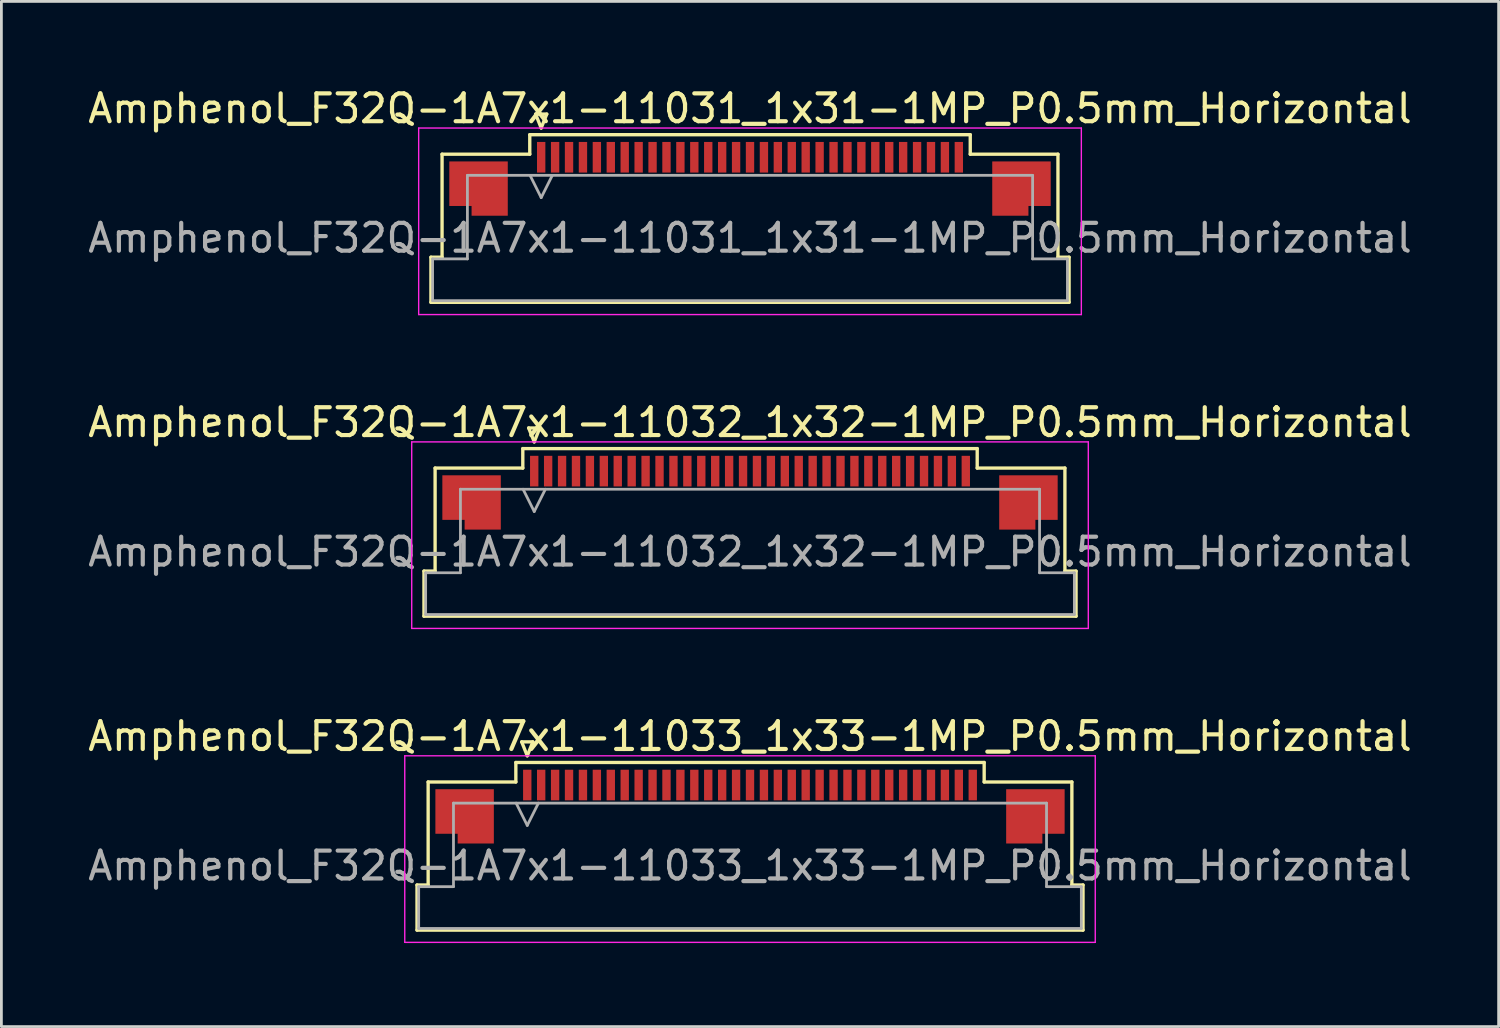
<source format=kicad_pcb>
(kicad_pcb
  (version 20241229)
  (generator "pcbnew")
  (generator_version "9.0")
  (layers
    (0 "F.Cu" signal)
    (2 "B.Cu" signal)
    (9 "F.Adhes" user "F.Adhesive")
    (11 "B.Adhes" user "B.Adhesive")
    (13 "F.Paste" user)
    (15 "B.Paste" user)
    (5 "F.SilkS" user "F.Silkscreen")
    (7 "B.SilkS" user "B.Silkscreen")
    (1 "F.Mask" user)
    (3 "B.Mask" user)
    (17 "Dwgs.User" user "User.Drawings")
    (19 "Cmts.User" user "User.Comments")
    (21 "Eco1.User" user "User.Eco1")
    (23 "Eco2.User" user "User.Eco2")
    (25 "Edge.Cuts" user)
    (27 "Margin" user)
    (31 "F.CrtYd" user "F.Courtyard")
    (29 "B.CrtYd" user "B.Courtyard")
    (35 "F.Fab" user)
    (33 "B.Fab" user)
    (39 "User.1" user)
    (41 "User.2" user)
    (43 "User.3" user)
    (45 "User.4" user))
  (footprint "Amphenol_F32Q-1A7x1-11032_1x32-1MP_P0.5mm_Horizontal"
    (layer "F.Cu")
    (at 23.887 16.771)
    (property "Reference" "Amphenol_F32Q-1A7x1-11032_1x32-1MP_P0.5mm_Horizontal" (at 0 -4.65 0) (layer "F.SilkS") (effects (font (size 1 1) (thickness 0.15))))
    (attr smd)
    (fp_line (start -11.71 0.69) (end -11.31 0.69) (stroke (width 0.12) (type solid)) (layer "F.SilkS"))
    (fp_line (start -11.71 2.31) (end -11.71 0.69) (stroke (width 0.12) (type solid)) (layer "F.SilkS"))
    (fp_line (start -11.31 -3.01) (end -8.16 -3.01) (stroke (width 0.12) (type solid)) (layer "F.SilkS"))
    (fp_line (start -11.31 0.69) (end -11.31 -3.01) (stroke (width 0.12) (type solid)) (layer "F.SilkS"))
    (fp_line (start -8.16 -3.71) (end 8.16 -3.71) (stroke (width 0.12) (type solid)) (layer "F.SilkS"))
    (fp_line (start -8.16 -3.01) (end -8.16 -3.71) (stroke (width 0.12) (type solid)) (layer "F.SilkS"))
    (fp_line (start -7.95 -4.45) (end -7.75 -3.95) (stroke (width 0.12) (type solid)) (layer "F.SilkS"))
    (fp_line (start -7.75 -3.95) (end -7.55 -4.45) (stroke (width 0.12) (type solid)) (layer "F.SilkS"))
    (fp_line (start -7.55 -4.45) (end -7.95 -4.45) (stroke (width 0.12) (type solid)) (layer "F.SilkS"))
    (fp_line (start 8.16 -3.71) (end 8.16 -3.01) (stroke (width 0.12) (type solid)) (layer "F.SilkS"))
    (fp_line (start 8.16 -3.01) (end 11.31 -3.01) (stroke (width 0.12) (type solid)) (layer "F.SilkS"))
    (fp_line (start 11.31 -3.01) (end 11.31 0.69) (stroke (width 0.12) (type solid)) (layer "F.SilkS"))
    (fp_line (start 11.31 0.69) (end 11.71 0.69) (stroke (width 0.12) (type solid)) (layer "F.SilkS"))
    (fp_line (start 11.71 0.69) (end 11.71 2.31) (stroke (width 0.12) (type solid)) (layer "F.SilkS"))
    (fp_line (start 11.71 2.31) (end -11.71 2.31) (stroke (width 0.12) (type solid)) (layer "F.SilkS"))
    (fp_line (start -12.15 -3.95) (end -12.15 2.75) (stroke (width 0.05) (type solid)) (layer "F.CrtYd"))
    (fp_line (start -12.15 2.75) (end 12.15 2.75) (stroke (width 0.05) (type solid)) (layer "F.CrtYd"))
    (fp_line (start 12.15 -3.95) (end -12.15 -3.95) (stroke (width 0.05) (type solid)) (layer "F.CrtYd"))
    (fp_line (start 12.15 2.75) (end 12.15 -3.95) (stroke (width 0.05) (type solid)) (layer "F.CrtYd"))
    (fp_line (start -11.65 0.75) (end -10.4 0.75) (stroke (width 0.1) (type solid)) (layer "F.Fab"))
    (fp_line (start -11.65 2.25) (end -11.65 0.75) (stroke (width 0.1) (type solid)) (layer "F.Fab"))
    (fp_line (start -10.4 -2.25) (end 10.4 -2.25) (stroke (width 0.1) (type solid)) (layer "F.Fab"))
    (fp_line (start -10.4 0.75) (end -10.4 -2.25) (stroke (width 0.1) (type solid)) (layer "F.Fab"))
    (fp_line (start -8.15 -2.25) (end -7.75 -1.45) (stroke (width 0.1) (type solid)) (layer "F.Fab"))
    (fp_line (start -7.75 -1.45) (end -7.35 -2.25) (stroke (width 0.1) (type solid)) (layer "F.Fab"))
    (fp_line (start 10.4 -2.25) (end 10.4 0.75) (stroke (width 0.1) (type solid)) (layer "F.Fab"))
    (fp_line (start 10.4 0.75) (end 11.65 0.75) (stroke (width 0.1) (type solid)) (layer "F.Fab"))
    (fp_line (start 11.65 0.75) (end 11.65 2.25) (stroke (width 0.1) (type solid)) (layer "F.Fab"))
    (fp_line (start 11.65 2.25) (end -11.65 2.25) (stroke (width 0.1) (type solid)) (layer "F.Fab"))
    (fp_text user "${REFERENCE}" (at 0 0 0) (layer "F.Fab") (effects (font (size 1 1) (thickness 0.15))))
    (pad "1" smd rect (at -7.75 -2.9) (size 0.3 1.1) (layers "F.Cu" "F.Mask" "F.Paste"))
    (pad "2" smd rect (at -7.25 -2.9) (size 0.3 1.1) (layers "F.Cu" "F.Mask" "F.Paste"))
    (pad "3" smd rect (at -6.75 -2.9) (size 0.3 1.1) (layers "F.Cu" "F.Mask" "F.Paste"))
    (pad "4" smd rect (at -6.25 -2.9) (size 0.3 1.1) (layers "F.Cu" "F.Mask" "F.Paste"))
    (pad "5" smd rect (at -5.75 -2.9) (size 0.3 1.1) (layers "F.Cu" "F.Mask" "F.Paste"))
    (pad "6" smd rect (at -5.25 -2.9) (size 0.3 1.1) (layers "F.Cu" "F.Mask" "F.Paste"))
    (pad "7" smd rect (at -4.75 -2.9) (size 0.3 1.1) (layers "F.Cu" "F.Mask" "F.Paste"))
    (pad "8" smd rect (at -4.25 -2.9) (size 0.3 1.1) (layers "F.Cu" "F.Mask" "F.Paste"))
    (pad "9" smd rect (at -3.75 -2.9) (size 0.3 1.1) (layers "F.Cu" "F.Mask" "F.Paste"))
    (pad "10" smd rect (at -3.25 -2.9) (size 0.3 1.1) (layers "F.Cu" "F.Mask" "F.Paste"))
    (pad "11" smd rect (at -2.75 -2.9) (size 0.3 1.1) (layers "F.Cu" "F.Mask" "F.Paste"))
    (pad "12" smd rect (at -2.25 -2.9) (size 0.3 1.1) (layers "F.Cu" "F.Mask" "F.Paste"))
    (pad "13" smd rect (at -1.75 -2.9) (size 0.3 1.1) (layers "F.Cu" "F.Mask" "F.Paste"))
    (pad "14" smd rect (at -1.25 -2.9) (size 0.3 1.1) (layers "F.Cu" "F.Mask" "F.Paste"))
    (pad "15" smd rect (at -0.75 -2.9) (size 0.3 1.1) (layers "F.Cu" "F.Mask" "F.Paste"))
    (pad "16" smd rect (at -0.25 -2.9) (size 0.3 1.1) (layers "F.Cu" "F.Mask" "F.Paste"))
    (pad "17" smd rect (at 0.25 -2.9) (size 0.3 1.1) (layers "F.Cu" "F.Mask" "F.Paste"))
    (pad "18" smd rect (at 0.75 -2.9) (size 0.3 1.1) (layers "F.Cu" "F.Mask" "F.Paste"))
    (pad "19" smd rect (at 1.25 -2.9) (size 0.3 1.1) (layers "F.Cu" "F.Mask" "F.Paste"))
    (pad "20" smd rect (at 1.75 -2.9) (size 0.3 1.1) (layers "F.Cu" "F.Mask" "F.Paste"))
    (pad "21" smd rect (at 2.25 -2.9) (size 0.3 1.1) (layers "F.Cu" "F.Mask" "F.Paste"))
    (pad "22" smd rect (at 2.75 -2.9) (size 0.3 1.1) (layers "F.Cu" "F.Mask" "F.Paste"))
    (pad "23" smd rect (at 3.25 -2.9) (size 0.3 1.1) (layers "F.Cu" "F.Mask" "F.Paste"))
    (pad "24" smd rect (at 3.75 -2.9) (size 0.3 1.1) (layers "F.Cu" "F.Mask" "F.Paste"))
    (pad "25" smd rect (at 4.25 -2.9) (size 0.3 1.1) (layers "F.Cu" "F.Mask" "F.Paste"))
    (pad "26" smd rect (at 4.75 -2.9) (size 0.3 1.1) (layers "F.Cu" "F.Mask" "F.Paste"))
    (pad "27" smd rect (at 5.25 -2.9) (size 0.3 1.1) (layers "F.Cu" "F.Mask" "F.Paste"))
    (pad "28" smd rect (at 5.75 -2.9) (size 0.3 1.1) (layers "F.Cu" "F.Mask" "F.Paste"))
    (pad "29" smd rect (at 6.25 -2.9) (size 0.3 1.1) (layers "F.Cu" "F.Mask" "F.Paste"))
    (pad "30" smd rect (at 6.75 -2.9) (size 0.3 1.1) (layers "F.Cu" "F.Mask" "F.Paste"))
    (pad "31" smd rect (at 7.25 -2.9) (size 0.3 1.1) (layers "F.Cu" "F.Mask" "F.Paste"))
    (pad "32" smd rect (at 7.75 -2.9) (size 0.3 1.1) (layers "F.Cu" "F.Mask" "F.Paste"))
    (pad "MP" smd custom (at -10 -1.775) (size 1 1) (layers "F.Cu" "F.Mask" "F.Paste") (options (anchor circle)) (primitives (gr_poly (pts (xy 1.05 -0.975) (xy 1.05 0.975) (xy -0.25 0.975) (xy -0.25 0.625) (xy -1.05 0.625) (xy -1.05 -0.975) (xy 1.05 -0.975)) (width 0) (fill yes))))
    (pad "MP" smd custom (at 10 -1.775) (size 1 1) (layers "F.Cu" "F.Mask" "F.Paste") (options (anchor circle)) (primitives (gr_poly (pts (xy -1.05 -0.975) (xy -1.05 0.975) (xy 0.25 0.975) (xy 0.25 0.625) (xy 1.05 0.625) (xy 1.05 -0.975) (xy -1.05 -0.975)) (width 0) (fill yes)))))
  (footprint "Amphenol_F32Q-1A7x1-11031_1x31-1MP_P0.5mm_Horizontal"
    (layer "F.Cu")
    (at 23.887 5.498)
    (property "Reference" "Amphenol_F32Q-1A7x1-11031_1x31-1MP_P0.5mm_Horizontal" (at 0 -4.65 0) (layer "F.SilkS") (effects (font (size 1 1) (thickness 0.15))))
    (attr smd)
    (fp_line (start -11.46 0.69) (end -11.06 0.69) (stroke (width 0.12) (type solid)) (layer "F.SilkS"))
    (fp_line (start -11.46 2.31) (end -11.46 0.69) (stroke (width 0.12) (type solid)) (layer "F.SilkS"))
    (fp_line (start -11.06 -3.01) (end -7.91 -3.01) (stroke (width 0.12) (type solid)) (layer "F.SilkS"))
    (fp_line (start -11.06 0.69) (end -11.06 -3.01) (stroke (width 0.12) (type solid)) (layer "F.SilkS"))
    (fp_line (start -7.91 -3.71) (end 7.91 -3.71) (stroke (width 0.12) (type solid)) (layer "F.SilkS"))
    (fp_line (start -7.91 -3.01) (end -7.91 -3.71) (stroke (width 0.12) (type solid)) (layer "F.SilkS"))
    (fp_line (start -7.7 -4.45) (end -7.5 -3.95) (stroke (width 0.12) (type solid)) (layer "F.SilkS"))
    (fp_line (start -7.5 -3.95) (end -7.3 -4.45) (stroke (width 0.12) (type solid)) (layer "F.SilkS"))
    (fp_line (start -7.3 -4.45) (end -7.7 -4.45) (stroke (width 0.12) (type solid)) (layer "F.SilkS"))
    (fp_line (start 7.91 -3.71) (end 7.91 -3.01) (stroke (width 0.12) (type solid)) (layer "F.SilkS"))
    (fp_line (start 7.91 -3.01) (end 11.06 -3.01) (stroke (width 0.12) (type solid)) (layer "F.SilkS"))
    (fp_line (start 11.06 -3.01) (end 11.06 0.69) (stroke (width 0.12) (type solid)) (layer "F.SilkS"))
    (fp_line (start 11.06 0.69) (end 11.46 0.69) (stroke (width 0.12) (type solid)) (layer "F.SilkS"))
    (fp_line (start 11.46 0.69) (end 11.46 2.31) (stroke (width 0.12) (type solid)) (layer "F.SilkS"))
    (fp_line (start 11.46 2.31) (end -11.46 2.31) (stroke (width 0.12) (type solid)) (layer "F.SilkS"))
    (fp_line (start -11.9 -3.95) (end -11.9 2.75) (stroke (width 0.05) (type solid)) (layer "F.CrtYd"))
    (fp_line (start -11.9 2.75) (end 11.9 2.75) (stroke (width 0.05) (type solid)) (layer "F.CrtYd"))
    (fp_line (start 11.9 -3.95) (end -11.9 -3.95) (stroke (width 0.05) (type solid)) (layer "F.CrtYd"))
    (fp_line (start 11.9 2.75) (end 11.9 -3.95) (stroke (width 0.05) (type solid)) (layer "F.CrtYd"))
    (fp_line (start -11.4 0.75) (end -10.15 0.75) (stroke (width 0.1) (type solid)) (layer "F.Fab"))
    (fp_line (start -11.4 2.25) (end -11.4 0.75) (stroke (width 0.1) (type solid)) (layer "F.Fab"))
    (fp_line (start -10.15 -2.25) (end 10.15 -2.25) (stroke (width 0.1) (type solid)) (layer "F.Fab"))
    (fp_line (start -10.15 0.75) (end -10.15 -2.25) (stroke (width 0.1) (type solid)) (layer "F.Fab"))
    (fp_line (start -7.9 -2.25) (end -7.5 -1.45) (stroke (width 0.1) (type solid)) (layer "F.Fab"))
    (fp_line (start -7.5 -1.45) (end -7.1 -2.25) (stroke (width 0.1) (type solid)) (layer "F.Fab"))
    (fp_line (start 10.15 -2.25) (end 10.15 0.75) (stroke (width 0.1) (type solid)) (layer "F.Fab"))
    (fp_line (start 10.15 0.75) (end 11.4 0.75) (stroke (width 0.1) (type solid)) (layer "F.Fab"))
    (fp_line (start 11.4 0.75) (end 11.4 2.25) (stroke (width 0.1) (type solid)) (layer "F.Fab"))
    (fp_line (start 11.4 2.25) (end -11.4 2.25) (stroke (width 0.1) (type solid)) (layer "F.Fab"))
    (fp_text user "${REFERENCE}" (at 0 0 0) (layer "F.Fab") (effects (font (size 1 1) (thickness 0.15))))
    (pad "1" smd rect (at -7.5 -2.9) (size 0.3 1.1) (layers "F.Cu" "F.Mask" "F.Paste"))
    (pad "2" smd rect (at -7 -2.9) (size 0.3 1.1) (layers "F.Cu" "F.Mask" "F.Paste"))
    (pad "3" smd rect (at -6.5 -2.9) (size 0.3 1.1) (layers "F.Cu" "F.Mask" "F.Paste"))
    (pad "4" smd rect (at -6 -2.9) (size 0.3 1.1) (layers "F.Cu" "F.Mask" "F.Paste"))
    (pad "5" smd rect (at -5.5 -2.9) (size 0.3 1.1) (layers "F.Cu" "F.Mask" "F.Paste"))
    (pad "6" smd rect (at -5 -2.9) (size 0.3 1.1) (layers "F.Cu" "F.Mask" "F.Paste"))
    (pad "7" smd rect (at -4.5 -2.9) (size 0.3 1.1) (layers "F.Cu" "F.Mask" "F.Paste"))
    (pad "8" smd rect (at -4 -2.9) (size 0.3 1.1) (layers "F.Cu" "F.Mask" "F.Paste"))
    (pad "9" smd rect (at -3.5 -2.9) (size 0.3 1.1) (layers "F.Cu" "F.Mask" "F.Paste"))
    (pad "10" smd rect (at -3 -2.9) (size 0.3 1.1) (layers "F.Cu" "F.Mask" "F.Paste"))
    (pad "11" smd rect (at -2.5 -2.9) (size 0.3 1.1) (layers "F.Cu" "F.Mask" "F.Paste"))
    (pad "12" smd rect (at -2 -2.9) (size 0.3 1.1) (layers "F.Cu" "F.Mask" "F.Paste"))
    (pad "13" smd rect (at -1.5 -2.9) (size 0.3 1.1) (layers "F.Cu" "F.Mask" "F.Paste"))
    (pad "14" smd rect (at -1 -2.9) (size 0.3 1.1) (layers "F.Cu" "F.Mask" "F.Paste"))
    (pad "15" smd rect (at -0.5 -2.9) (size 0.3 1.1) (layers "F.Cu" "F.Mask" "F.Paste"))
    (pad "16" smd rect (at 0 -2.9) (size 0.3 1.1) (layers "F.Cu" "F.Mask" "F.Paste"))
    (pad "17" smd rect (at 0.5 -2.9) (size 0.3 1.1) (layers "F.Cu" "F.Mask" "F.Paste"))
    (pad "18" smd rect (at 1 -2.9) (size 0.3 1.1) (layers "F.Cu" "F.Mask" "F.Paste"))
    (pad "19" smd rect (at 1.5 -2.9) (size 0.3 1.1) (layers "F.Cu" "F.Mask" "F.Paste"))
    (pad "20" smd rect (at 2 -2.9) (size 0.3 1.1) (layers "F.Cu" "F.Mask" "F.Paste"))
    (pad "21" smd rect (at 2.5 -2.9) (size 0.3 1.1) (layers "F.Cu" "F.Mask" "F.Paste"))
    (pad "22" smd rect (at 3 -2.9) (size 0.3 1.1) (layers "F.Cu" "F.Mask" "F.Paste"))
    (pad "23" smd rect (at 3.5 -2.9) (size 0.3 1.1) (layers "F.Cu" "F.Mask" "F.Paste"))
    (pad "24" smd rect (at 4 -2.9) (size 0.3 1.1) (layers "F.Cu" "F.Mask" "F.Paste"))
    (pad "25" smd rect (at 4.5 -2.9) (size 0.3 1.1) (layers "F.Cu" "F.Mask" "F.Paste"))
    (pad "26" smd rect (at 5 -2.9) (size 0.3 1.1) (layers "F.Cu" "F.Mask" "F.Paste"))
    (pad "27" smd rect (at 5.5 -2.9) (size 0.3 1.1) (layers "F.Cu" "F.Mask" "F.Paste"))
    (pad "28" smd rect (at 6 -2.9) (size 0.3 1.1) (layers "F.Cu" "F.Mask" "F.Paste"))
    (pad "29" smd rect (at 6.5 -2.9) (size 0.3 1.1) (layers "F.Cu" "F.Mask" "F.Paste"))
    (pad "30" smd rect (at 7 -2.9) (size 0.3 1.1) (layers "F.Cu" "F.Mask" "F.Paste"))
    (pad "31" smd rect (at 7.5 -2.9) (size 0.3 1.1) (layers "F.Cu" "F.Mask" "F.Paste"))
    (pad "MP" smd custom (at -9.75 -1.775) (size 1 1) (layers "F.Cu" "F.Mask" "F.Paste") (options (anchor circle)) (primitives (gr_poly (pts (xy 1.05 -0.975) (xy 1.05 0.975) (xy -0.25 0.975) (xy -0.25 0.625) (xy -1.05 0.625) (xy -1.05 -0.975) (xy 1.05 -0.975)) (width 0) (fill yes))))
    (pad "MP" smd custom (at 9.75 -1.775) (size 1 1) (layers "F.Cu" "F.Mask" "F.Paste") (options (anchor circle)) (primitives (gr_poly (pts (xy -1.05 -0.975) (xy -1.05 0.975) (xy 0.25 0.975) (xy 0.25 0.625) (xy 1.05 0.625) (xy 1.05 -0.975) (xy -1.05 -0.975)) (width 0) (fill yes)))))
  (footprint "Amphenol_F32Q-1A7x1-11033_1x33-1MP_P0.5mm_Horizontal"
    (layer "F.Cu")
    (at 23.887 28.045)
    (property "Reference" "Amphenol_F32Q-1A7x1-11033_1x33-1MP_P0.5mm_Horizontal" (at 0 -4.65 0) (layer "F.SilkS") (effects (font (size 1 1) (thickness 0.15))))
    (attr smd)
    (fp_line (start -11.96 0.69) (end -11.56 0.69) (stroke (width 0.12) (type solid)) (layer "F.SilkS"))
    (fp_line (start -11.96 2.31) (end -11.96 0.69) (stroke (width 0.12) (type solid)) (layer "F.SilkS"))
    (fp_line (start -11.56 -3.01) (end -8.41 -3.01) (stroke (width 0.12) (type solid)) (layer "F.SilkS"))
    (fp_line (start -11.56 0.69) (end -11.56 -3.01) (stroke (width 0.12) (type solid)) (layer "F.SilkS"))
    (fp_line (start -8.41 -3.71) (end 8.41 -3.71) (stroke (width 0.12) (type solid)) (layer "F.SilkS"))
    (fp_line (start -8.41 -3.01) (end -8.41 -3.71) (stroke (width 0.12) (type solid)) (layer "F.SilkS"))
    (fp_line (start -8.2 -4.45) (end -8 -3.95) (stroke (width 0.12) (type solid)) (layer "F.SilkS"))
    (fp_line (start -8 -3.95) (end -7.8 -4.45) (stroke (width 0.12) (type solid)) (layer "F.SilkS"))
    (fp_line (start -7.8 -4.45) (end -8.2 -4.45) (stroke (width 0.12) (type solid)) (layer "F.SilkS"))
    (fp_line (start 8.41 -3.71) (end 8.41 -3.01) (stroke (width 0.12) (type solid)) (layer "F.SilkS"))
    (fp_line (start 8.41 -3.01) (end 11.56 -3.01) (stroke (width 0.12) (type solid)) (layer "F.SilkS"))
    (fp_line (start 11.56 -3.01) (end 11.56 0.69) (stroke (width 0.12) (type solid)) (layer "F.SilkS"))
    (fp_line (start 11.56 0.69) (end 11.96 0.69) (stroke (width 0.12) (type solid)) (layer "F.SilkS"))
    (fp_line (start 11.96 0.69) (end 11.96 2.31) (stroke (width 0.12) (type solid)) (layer "F.SilkS"))
    (fp_line (start 11.96 2.31) (end -11.96 2.31) (stroke (width 0.12) (type solid)) (layer "F.SilkS"))
    (fp_line (start -12.4 -3.95) (end -12.4 2.75) (stroke (width 0.05) (type solid)) (layer "F.CrtYd"))
    (fp_line (start -12.4 2.75) (end 12.4 2.75) (stroke (width 0.05) (type solid)) (layer "F.CrtYd"))
    (fp_line (start 12.4 -3.95) (end -12.4 -3.95) (stroke (width 0.05) (type solid)) (layer "F.CrtYd"))
    (fp_line (start 12.4 2.75) (end 12.4 -3.95) (stroke (width 0.05) (type solid)) (layer "F.CrtYd"))
    (fp_line (start -11.9 0.75) (end -10.65 0.75) (stroke (width 0.1) (type solid)) (layer "F.Fab"))
    (fp_line (start -11.9 2.25) (end -11.9 0.75) (stroke (width 0.1) (type solid)) (layer "F.Fab"))
    (fp_line (start -10.65 -2.25) (end 10.65 -2.25) (stroke (width 0.1) (type solid)) (layer "F.Fab"))
    (fp_line (start -10.65 0.75) (end -10.65 -2.25) (stroke (width 0.1) (type solid)) (layer "F.Fab"))
    (fp_line (start -8.4 -2.25) (end -8 -1.45) (stroke (width 0.1) (type solid)) (layer "F.Fab"))
    (fp_line (start -8 -1.45) (end -7.6 -2.25) (stroke (width 0.1) (type solid)) (layer "F.Fab"))
    (fp_line (start 10.65 -2.25) (end 10.65 0.75) (stroke (width 0.1) (type solid)) (layer "F.Fab"))
    (fp_line (start 10.65 0.75) (end 11.9 0.75) (stroke (width 0.1) (type solid)) (layer "F.Fab"))
    (fp_line (start 11.9 0.75) (end 11.9 2.25) (stroke (width 0.1) (type solid)) (layer "F.Fab"))
    (fp_line (start 11.9 2.25) (end -11.9 2.25) (stroke (width 0.1) (type solid)) (layer "F.Fab"))
    (fp_text user "${REFERENCE}" (at 0 0 0) (layer "F.Fab") (effects (font (size 1 1) (thickness 0.15))))
    (pad "1" smd rect (at -8 -2.9) (size 0.3 1.1) (layers "F.Cu" "F.Mask" "F.Paste"))
    (pad "2" smd rect (at -7.5 -2.9) (size 0.3 1.1) (layers "F.Cu" "F.Mask" "F.Paste"))
    (pad "3" smd rect (at -7 -2.9) (size 0.3 1.1) (layers "F.Cu" "F.Mask" "F.Paste"))
    (pad "4" smd rect (at -6.5 -2.9) (size 0.3 1.1) (layers "F.Cu" "F.Mask" "F.Paste"))
    (pad "5" smd rect (at -6 -2.9) (size 0.3 1.1) (layers "F.Cu" "F.Mask" "F.Paste"))
    (pad "6" smd rect (at -5.5 -2.9) (size 0.3 1.1) (layers "F.Cu" "F.Mask" "F.Paste"))
    (pad "7" smd rect (at -5 -2.9) (size 0.3 1.1) (layers "F.Cu" "F.Mask" "F.Paste"))
    (pad "8" smd rect (at -4.5 -2.9) (size 0.3 1.1) (layers "F.Cu" "F.Mask" "F.Paste"))
    (pad "9" smd rect (at -4 -2.9) (size 0.3 1.1) (layers "F.Cu" "F.Mask" "F.Paste"))
    (pad "10" smd rect (at -3.5 -2.9) (size 0.3 1.1) (layers "F.Cu" "F.Mask" "F.Paste"))
    (pad "11" smd rect (at -3 -2.9) (size 0.3 1.1) (layers "F.Cu" "F.Mask" "F.Paste"))
    (pad "12" smd rect (at -2.5 -2.9) (size 0.3 1.1) (layers "F.Cu" "F.Mask" "F.Paste"))
    (pad "13" smd rect (at -2 -2.9) (size 0.3 1.1) (layers "F.Cu" "F.Mask" "F.Paste"))
    (pad "14" smd rect (at -1.5 -2.9) (size 0.3 1.1) (layers "F.Cu" "F.Mask" "F.Paste"))
    (pad "15" smd rect (at -1 -2.9) (size 0.3 1.1) (layers "F.Cu" "F.Mask" "F.Paste"))
    (pad "16" smd rect (at -0.5 -2.9) (size 0.3 1.1) (layers "F.Cu" "F.Mask" "F.Paste"))
    (pad "17" smd rect (at 0 -2.9) (size 0.3 1.1) (layers "F.Cu" "F.Mask" "F.Paste"))
    (pad "18" smd rect (at 0.5 -2.9) (size 0.3 1.1) (layers "F.Cu" "F.Mask" "F.Paste"))
    (pad "19" smd rect (at 1 -2.9) (size 0.3 1.1) (layers "F.Cu" "F.Mask" "F.Paste"))
    (pad "20" smd rect (at 1.5 -2.9) (size 0.3 1.1) (layers "F.Cu" "F.Mask" "F.Paste"))
    (pad "21" smd rect (at 2 -2.9) (size 0.3 1.1) (layers "F.Cu" "F.Mask" "F.Paste"))
    (pad "22" smd rect (at 2.5 -2.9) (size 0.3 1.1) (layers "F.Cu" "F.Mask" "F.Paste"))
    (pad "23" smd rect (at 3 -2.9) (size 0.3 1.1) (layers "F.Cu" "F.Mask" "F.Paste"))
    (pad "24" smd rect (at 3.5 -2.9) (size 0.3 1.1) (layers "F.Cu" "F.Mask" "F.Paste"))
    (pad "25" smd rect (at 4 -2.9) (size 0.3 1.1) (layers "F.Cu" "F.Mask" "F.Paste"))
    (pad "26" smd rect (at 4.5 -2.9) (size 0.3 1.1) (layers "F.Cu" "F.Mask" "F.Paste"))
    (pad "27" smd rect (at 5 -2.9) (size 0.3 1.1) (layers "F.Cu" "F.Mask" "F.Paste"))
    (pad "28" smd rect (at 5.5 -2.9) (size 0.3 1.1) (layers "F.Cu" "F.Mask" "F.Paste"))
    (pad "29" smd rect (at 6 -2.9) (size 0.3 1.1) (layers "F.Cu" "F.Mask" "F.Paste"))
    (pad "30" smd rect (at 6.5 -2.9) (size 0.3 1.1) (layers "F.Cu" "F.Mask" "F.Paste"))
    (pad "31" smd rect (at 7 -2.9) (size 0.3 1.1) (layers "F.Cu" "F.Mask" "F.Paste"))
    (pad "32" smd rect (at 7.5 -2.9) (size 0.3 1.1) (layers "F.Cu" "F.Mask" "F.Paste"))
    (pad "33" smd rect (at 8 -2.9) (size 0.3 1.1) (layers "F.Cu" "F.Mask" "F.Paste"))
    (pad "MP" smd custom (at -10.25 -1.775) (size 1 1) (layers "F.Cu" "F.Mask" "F.Paste") (options (anchor circle)) (primitives (gr_poly (pts (xy 1.05 -0.975) (xy 1.05 0.975) (xy -0.25 0.975) (xy -0.25 0.625) (xy -1.05 0.625) (xy -1.05 -0.975) (xy 1.05 -0.975)) (width 0) (fill yes))))
    (pad "MP" smd custom (at 10.25 -1.775) (size 1 1) (layers "F.Cu" "F.Mask" "F.Paste") (options (anchor circle)) (primitives (gr_poly (pts (xy -1.05 -0.975) (xy -1.05 0.975) (xy 0.25 0.975) (xy 0.25 0.625) (xy 1.05 0.625) (xy 1.05 -0.975) (xy -1.05 -0.975)) (width 0) (fill yes)))))
  (gr_rect
    (start -3 -3)
    (end 50.774 33.82)
    (stroke (width 0.1) (type default))
    (fill no)
    (layer "Edge.Cuts")))
</source>
